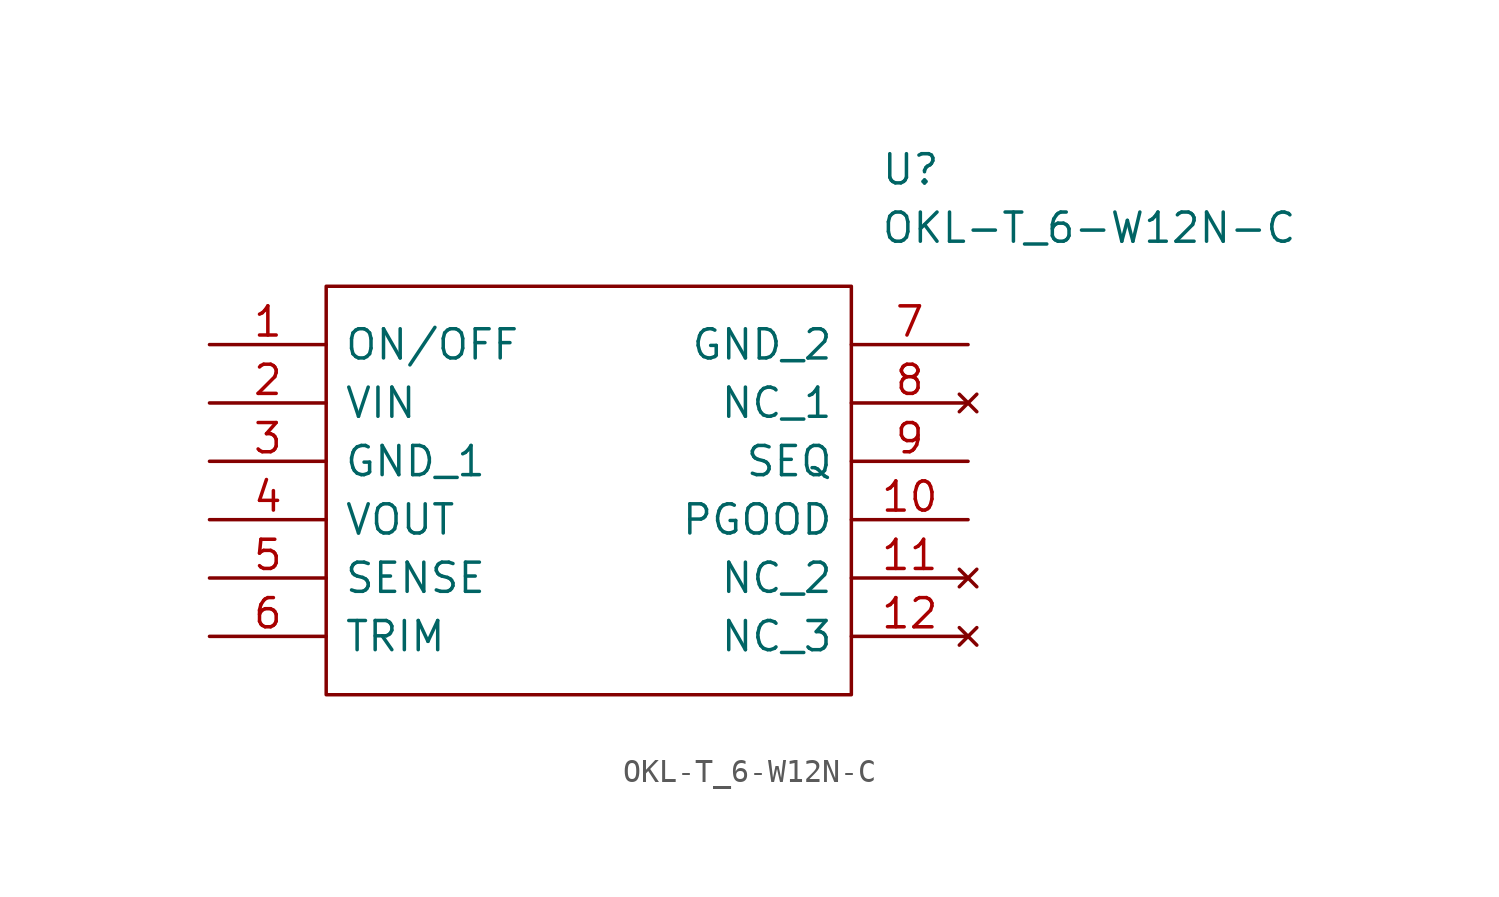
<source format=kicad_sym>
(kicad_symbol_lib
  (version 20211014)
  (generator kicad_symbol_editor)
  (symbol "OKL-T_6-W12N-C"
    (pin_names
      (offset 0.762))
    (property "Reference" "U"
      (at 29.21 7.62 0)
      (effects (font (size 1.27 1.27)) (justify left)))
    (property "Value" "OKL-T_6-W12N-C"
      (at 29.21 5.08 0)
      (effects (font (size 1.27 1.27)) (justify left)))
    (symbol "OKL-T_6-W12N-C_0_0"
      (pin passive line (at 0 0 0) (length 5.08) (name "ON/OFF" (effects (font (size 1.27 1.27)))) (number "1" (effects (font (size 1.27 1.27)))))
      (pin passive line (at 33.02 -7.62 180) (length 5.08) (name "PGOOD" (effects (font (size 1.27 1.27)))) (number "10" (effects (font (size 1.27 1.27)))))
      (pin no_connect line (at 33.02 -10.16 180) (length 5.08) (name "NC_2" (effects (font (size 1.27 1.27)))) (number "11" (effects (font (size 1.27 1.27)))))
      (pin no_connect line (at 33.02 -12.7 180) (length 5.08) (name "NC_3" (effects (font (size 1.27 1.27)))) (number "12" (effects (font (size 1.27 1.27)))))
      (pin passive line (at 0 -2.54 0) (length 5.08) (name "VIN" (effects (font (size 1.27 1.27)))) (number "2" (effects (font (size 1.27 1.27)))))
      (pin passive line (at 0 -5.08 0) (length 5.08) (name "GND_1" (effects (font (size 1.27 1.27)))) (number "3" (effects (font (size 1.27 1.27)))))
      (pin passive line (at 0 -7.62 0) (length 5.08) (name "VOUT" (effects (font (size 1.27 1.27)))) (number "4" (effects (font (size 1.27 1.27)))))
      (pin passive line (at 0 -10.16 0) (length 5.08) (name "SENSE" (effects (font (size 1.27 1.27)))) (number "5" (effects (font (size 1.27 1.27)))))
      (pin passive line (at 0 -12.7 0) (length 5.08) (name "TRIM" (effects (font (size 1.27 1.27)))) (number "6" (effects (font (size 1.27 1.27)))))
      (pin passive line (at 33.02 0 180) (length 5.08) (name "GND_2" (effects (font (size 1.27 1.27)))) (number "7" (effects (font (size 1.27 1.27)))))
      (pin no_connect line (at 33.02 -2.54 180) (length 5.08) (name "NC_1" (effects (font (size 1.27 1.27)))) (number "8" (effects (font (size 1.27 1.27)))))
      (pin passive line (at 33.02 -5.08 180) (length 5.08) (name "SEQ" (effects (font (size 1.27 1.27)))) (number "9" (effects (font (size 1.27 1.27))))))
    (symbol "OKL-T_6-W12N-C_0_1"
      (polyline (pts (xy 5.08 2.54) (xy 27.94 2.54) (xy 27.94 -15.24) (xy 5.08 -15.24) (xy 5.08 2.54)) (stroke (width 0.152) (type default) (color 0 0 0 0)) (fill (type none))))))
</source>
